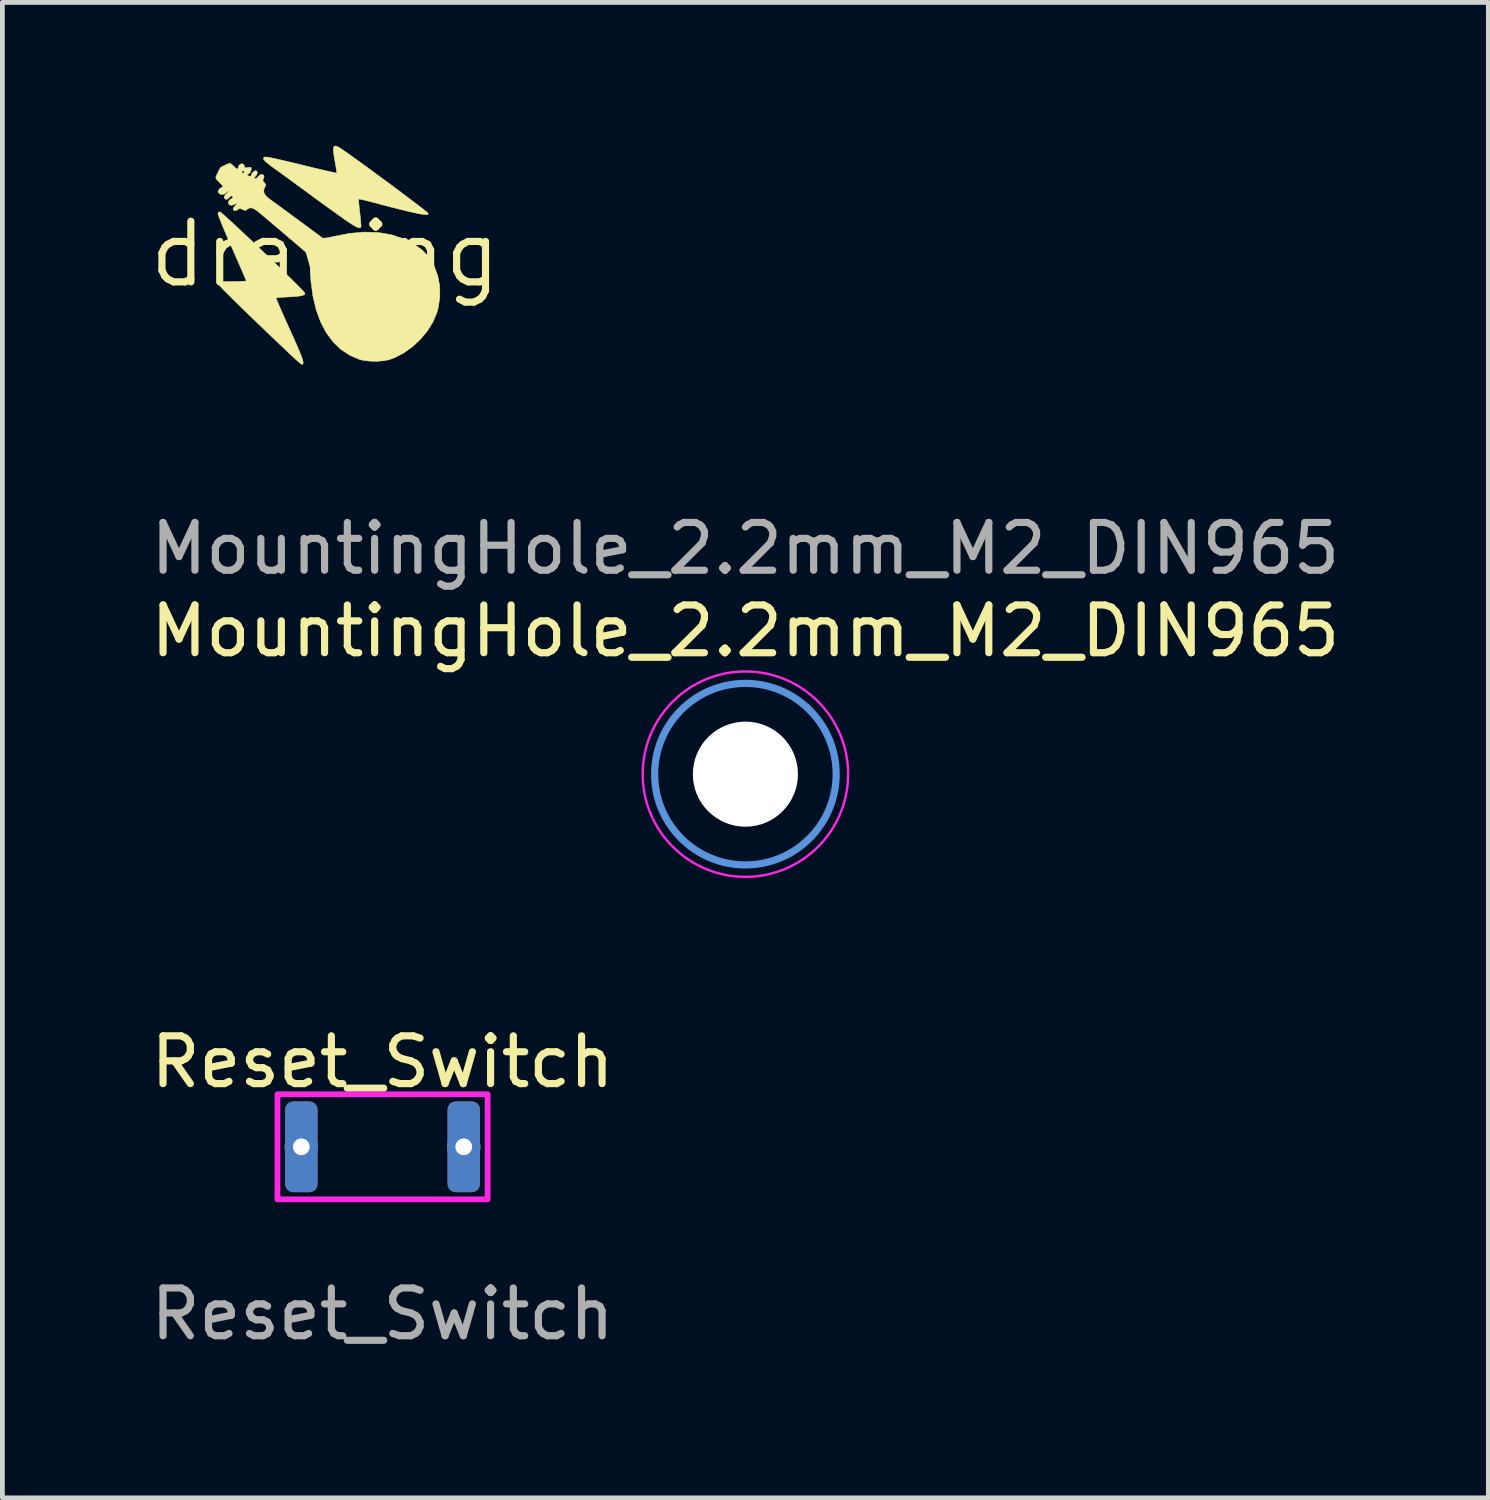
<source format=kicad_pcb>
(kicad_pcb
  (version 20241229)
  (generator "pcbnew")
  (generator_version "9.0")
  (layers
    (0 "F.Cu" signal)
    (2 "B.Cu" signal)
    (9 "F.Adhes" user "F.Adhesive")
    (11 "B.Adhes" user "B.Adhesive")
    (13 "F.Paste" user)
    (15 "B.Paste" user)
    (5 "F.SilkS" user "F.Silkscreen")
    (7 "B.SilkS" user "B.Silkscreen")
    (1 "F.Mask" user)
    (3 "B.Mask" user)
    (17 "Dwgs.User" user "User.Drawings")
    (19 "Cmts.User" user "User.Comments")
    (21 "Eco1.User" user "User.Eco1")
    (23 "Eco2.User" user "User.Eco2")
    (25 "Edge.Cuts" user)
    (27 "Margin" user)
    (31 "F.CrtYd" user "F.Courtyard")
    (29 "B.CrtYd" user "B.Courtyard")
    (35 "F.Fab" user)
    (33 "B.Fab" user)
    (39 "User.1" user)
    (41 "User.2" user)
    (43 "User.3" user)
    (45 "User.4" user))
  (footprint "Reset_Switch"
    (layer "F.Cu")
    (at 4.958 20.957)
    (property "Reference" "Reset_Switch" (at 0 -1.778 0) (unlocked yes) (layer "F.SilkS") (effects (font (size 1 1) (thickness 0.15))))
    (attr smd)
    (fp_rect (start -2.2 -1.1) (end 2.2 1.1) (stroke (width 0.12) (type default)) (fill no) (layer "F.CrtYd"))
    (fp_rect (start -2.2 -1.1) (end 2.2 1.1) (stroke (width 0.1) (type default)) (fill no) (layer "User.2"))
    (fp_circle (center 0 0) (end 0.5 0) (stroke (width 0.1) (type default)) (fill no) (layer "User.4"))
    (fp_text user "${REFERENCE}" (at 0 3.5 0) (unlocked yes) (layer "F.Fab") (effects (font (size 1 1) (thickness 0.15))))
    (pad "1" smd roundrect (at -1.7 0) (size 0.68 1.9) (layers "F.Cu" "F.Mask" "F.Paste") (roundrect_rratio 0.25))
    (pad "1" smd roundrect (at -1.7 0) (size 0.68 1.9) (layers "B.Cu" "B.Mask" "B.Paste") (roundrect_rratio 0.25))
    (pad "1" thru_hole circle (at -1.7 0) (size 0.7 0.7) (drill 0.35) (layers "*.Cu" "*.Mask"))
    (pad "2" smd roundrect (at 1.7 0) (size 0.68 1.9) (layers "F.Cu" "F.Mask" "F.Paste") (roundrect_rratio 0.25))
    (pad "2" smd roundrect (at 1.7 0) (size 0.68 1.9) (layers "B.Cu" "B.Mask" "B.Paste") (roundrect_rratio 0.25))
    (pad "2" thru_hole circle (at 1.7 0) (size 0.7 0.7) (drill 0.35) (layers "*.Cu" "*.Mask")))
  (footprint "MountingHole_2.2mm_M2_DIN965"
    (layer "F.Cu")
    (at 12.554 13.156)
    (property "Reference" "MountingHole_2.2mm_M2_DIN965" (at 0 -2.997 0) (layer "F.SilkS") (effects (font (size 1 1) (thickness 0.15))))
    (attr exclude_from_pos_files exclude_from_bom)
    (fp_circle (center 0 0) (end 1.9 0) (stroke (width 0.15) (type solid)) (fill no) (layer "Cmts.User"))
    (fp_circle (center 0 0) (end 2.15 0) (stroke (width 0.05) (type solid)) (fill no) (layer "F.CrtYd"))
    (fp_circle (center 0 0) (end 0.9 0) (stroke (width 0.1) (type default)) (fill no) (layer "User.3"))
    (fp_circle (center 0 0) (end 1.1 0) (stroke (width 0.1) (type default)) (fill no) (layer "User.4"))
    (fp_text user "${REFERENCE}" (at 0 -4.724 0) (layer "F.Fab") (effects (font (size 1 1) (thickness 0.15))))
    (pad "" np_thru_hole circle (at 0 0) (size 2.2 2.2) (drill 2.2) (layers "*.Cu" "*.Mask")))
  (footprint "drawing"
    (layer "F.Cu")
    (at 3.757 2.271)
    (property "Reference" "drawing" (at 0 0 0) (layer "F.SilkS") (effects (font (size 1.27 1.27) (thickness 0.15))))
    (attr through_hole)
    (fp_poly (pts (xy -2.18 -0.87) (xy -2.13 -0.828) (xy -2.057 -0.763) (xy -1.964 -0.678) (xy -1.855 -0.576) (xy -1.731 -0.461) (xy -1.598 -0.336) (xy -1.458 -0.203) (xy -1.315 -0.067) (xy -1.172 0.071) (xy -1.032 0.205) (xy -0.899 0.335) (xy -0.776 0.455) (xy -0.665 0.564) (xy -0.572 0.657) (xy -0.499 0.732) (xy -0.448 0.785) (xy -0.425 0.814) (xy -0.423 0.817) (xy -0.432 0.842) (xy -0.463 0.86) (xy -0.52 0.874) (xy -0.609 0.885) (xy -0.734 0.893) (xy -0.769 0.895) (xy -0.868 0.9) (xy -0.949 0.906) (xy -1.006 0.911) (xy -1.029 0.916) (xy -1.022 0.936) (xy -1 0.991) (xy -0.964 1.075) (xy -0.917 1.184) (xy -0.859 1.314) (xy -0.794 1.459) (xy -0.741 1.577) (xy -0.655 1.767) (xy -0.586 1.922) (xy -0.534 2.046) (xy -0.496 2.141) (xy -0.473 2.211) (xy -0.462 2.259) (xy -0.462 2.289) (xy -0.474 2.304) (xy -0.489 2.307) (xy -0.51 2.293) (xy -0.556 2.255) (xy -0.622 2.197) (xy -0.7 2.125) (xy -0.749 2.08) (xy -0.972 1.867) (xy -1.184 1.666) (xy -1.38 1.477) (xy -1.561 1.303) (xy -1.723 1.146) (xy -1.866 1.007) (xy -1.986 0.888) (xy -2.083 0.791) (xy -2.155 0.718) (xy -2.199 0.671) (xy -2.213 0.651) (xy -2.219 0.62) (xy -2.21 0.599) (xy -2.179 0.584) (xy -2.123 0.576) (xy -2.034 0.572) (xy -1.925 0.572) (xy -1.823 0.571) (xy -1.738 0.568) (xy -1.678 0.564) (xy -1.652 0.559) (xy -1.651 0.558) (xy -1.659 0.537) (xy -1.683 0.481) (xy -1.72 0.395) (xy -1.768 0.284) (xy -1.825 0.153) (xy -1.89 0.006) (xy -1.947 -0.125) (xy -2.017 -0.284) (xy -2.081 -0.432) (xy -2.137 -0.565) (xy -2.183 -0.678) (xy -2.218 -0.765) (xy -2.238 -0.822) (xy -2.244 -0.843) (xy -2.234 -0.88) (xy -2.203 -0.885) (xy -2.18 -0.87)) (stroke (width 0.01) (type solid)) (fill yes) (layer "F.SilkS"))
    (fp_poly (pts (xy 0.25 -2.256) (xy 0.282 -2.24) (xy 0.32 -2.216) (xy 0.387 -2.171) (xy 0.477 -2.108) (xy 0.588 -2.029) (xy 0.715 -1.937) (xy 0.855 -1.836) (xy 1.004 -1.727) (xy 1.158 -1.613) (xy 1.314 -1.499) (xy 1.467 -1.385) (xy 1.614 -1.275) (xy 1.751 -1.172) (xy 1.874 -1.079) (xy 1.98 -0.998) (xy 2.065 -0.932) (xy 2.125 -0.884) (xy 2.156 -0.857) (xy 2.159 -0.853) (xy 2.152 -0.834) (xy 2.125 -0.827) (xy 2.067 -0.831) (xy 2.048 -0.833) (xy 1.98 -0.844) (xy 1.877 -0.866) (xy 1.742 -0.896) (xy 1.581 -0.935) (xy 1.398 -0.981) (xy 1.199 -1.033) (xy 0.988 -1.089) (xy 0.986 -1.089) (xy 0.884 -1.116) (xy 0.798 -1.137) (xy 0.735 -1.15) (xy 0.704 -1.154) (xy 0.702 -1.153) (xy 0.7 -1.129) (xy 0.704 -1.072) (xy 0.712 -0.989) (xy 0.723 -0.888) (xy 0.726 -0.865) (xy 0.738 -0.76) (xy 0.746 -0.671) (xy 0.751 -0.605) (xy 0.75 -0.571) (xy 0.749 -0.568) (xy 0.729 -0.553) (xy 0.694 -0.555) (xy 0.641 -0.578) (xy 0.565 -0.622) (xy 0.462 -0.69) (xy 0.401 -0.733) (xy 0.313 -0.795) (xy 0.199 -0.877) (xy 0.066 -0.973) (xy -0.078 -1.077) (xy -0.226 -1.185) (xy -0.369 -1.29) (xy -0.51 -1.393) (xy -0.651 -1.496) (xy -0.785 -1.594) (xy -0.906 -1.682) (xy -1.007 -1.755) (xy -1.081 -1.808) (xy -1.084 -1.811) (xy -1.174 -1.878) (xy -1.242 -1.935) (xy -1.282 -1.977) (xy -1.29 -1.995) (xy -1.29 -2.011) (xy -1.286 -2.024) (xy -1.275 -2.032) (xy -1.253 -2.035) (xy -1.215 -2.032) (xy -1.159 -2.023) (xy -1.081 -2.007) (xy -0.977 -1.984) (xy -0.843 -1.953) (xy -0.676 -1.913) (xy -0.471 -1.863) (xy -0.458 -1.86) (xy -0.293 -1.82) (xy -0.142 -1.784) (xy -0.009 -1.753) (xy 0.101 -1.728) (xy 0.182 -1.71) (xy 0.231 -1.699) (xy 0.244 -1.698) (xy 0.242 -1.72) (xy 0.234 -1.774) (xy 0.221 -1.852) (xy 0.21 -1.916) (xy 0.186 -2.052) (xy 0.174 -2.152) (xy 0.173 -2.218) (xy 0.185 -2.255) (xy 0.21 -2.266) (xy 0.25 -2.256)) (stroke (width 0.01) (type solid)) (fill yes) (layer "F.SilkS"))
    (fp_poly (pts (xy -1.953 -1.877) (xy -1.92 -1.846) (xy -1.867 -1.798) (xy -1.836 -1.781) (xy -1.823 -1.794) (xy -1.82 -1.82) (xy -1.802 -1.863) (xy -1.761 -1.89) (xy -1.72 -1.89) (xy -1.697 -1.863) (xy -1.693 -1.841) (xy -1.687 -1.816) (xy -1.66 -1.809) (xy -1.618 -1.814) (xy -1.568 -1.82) (xy -1.548 -1.81) (xy -1.548 -1.776) (xy -1.549 -1.766) (xy -1.573 -1.706) (xy -1.605 -1.681) (xy -1.636 -1.661) (xy -1.631 -1.649) (xy -1.619 -1.643) (xy -1.569 -1.631) (xy -1.547 -1.645) (xy -1.545 -1.658) (xy -1.531 -1.694) (xy -1.497 -1.729) (xy -1.461 -1.748) (xy -1.441 -1.747) (xy -1.419 -1.713) (xy -1.432 -1.666) (xy -1.459 -1.631) (xy -1.486 -1.601) (xy -1.482 -1.588) (xy -1.464 -1.583) (xy -1.428 -1.594) (xy -1.407 -1.619) (xy -1.371 -1.657) (xy -1.324 -1.67) (xy -1.287 -1.655) (xy -1.279 -1.619) (xy -1.291 -1.587) (xy -1.305 -1.547) (xy -1.288 -1.513) (xy -1.274 -1.498) (xy -1.247 -1.465) (xy -1.247 -1.435) (xy -1.265 -1.399) (xy -1.288 -1.332) (xy -1.275 -1.269) (xy -1.224 -1.204) (xy -1.159 -1.151) (xy -1.081 -1.094) (xy -0.975 -1.016) (xy -0.847 -0.923) (xy -0.705 -0.818) (xy -0.553 -0.706) (xy -0.399 -0.593) (xy -0.318 -0.532) (xy -0.229 -0.467) (xy -0.151 -0.409) (xy -0.092 -0.366) (xy -0.058 -0.34) (xy -0.053 -0.337) (xy -0.024 -0.335) (xy 0.035 -0.342) (xy 0.116 -0.357) (xy 0.173 -0.37) (xy 0.505 -0.435) (xy 0.816 -0.463) (xy 1.107 -0.454) (xy 1.377 -0.409) (xy 1.625 -0.328) (xy 1.724 -0.282) (xy 1.897 -0.185) (xy 2.034 -0.083) (xy 2.142 0.028) (xy 2.16 0.051) (xy 2.276 0.239) (xy 2.355 0.445) (xy 2.397 0.664) (xy 2.401 0.891) (xy 2.367 1.121) (xy 2.337 1.228) (xy 2.257 1.418) (xy 2.142 1.604) (xy 1.997 1.778) (xy 1.831 1.934) (xy 1.649 2.065) (xy 1.458 2.165) (xy 1.335 2.21) (xy 1.22 2.232) (xy 1.083 2.242) (xy 0.94 2.239) (xy 0.807 2.224) (xy 0.72 2.204) (xy 0.512 2.115) (xy 0.326 1.991) (xy 0.162 1.832) (xy 0.021 1.64) (xy -0.096 1.417) (xy -0.189 1.162) (xy -0.256 0.879) (xy -0.298 0.567) (xy -0.311 0.368) (xy -0.324 0.026) (xy -0.841 -0.416) (xy -0.97 -0.526) (xy -1.093 -0.63) (xy -1.204 -0.724) (xy -1.299 -0.804) (xy -1.372 -0.865) (xy -1.421 -0.905) (xy -1.434 -0.915) (xy -1.511 -0.962) (xy -1.574 -0.97) (xy -1.629 -0.943) (xy -1.632 -0.94) (xy -1.663 -0.919) (xy -1.694 -0.92) (xy -1.734 -0.938) (xy -1.78 -0.957) (xy -1.807 -0.954) (xy -1.822 -0.94) (xy -1.858 -0.916) (xy -1.898 -0.912) (xy -1.923 -0.93) (xy -1.926 -0.942) (xy -1.912 -0.979) (xy -1.884 -1.016) (xy -1.849 -1.055) (xy -1.846 -1.07) (xy -1.875 -1.058) (xy -1.893 -1.046) (xy -1.95 -1.024) (xy -1.997 -1.029) (xy -2.025 -1.058) (xy -2.028 -1.087) (xy -2.005 -1.13) (xy -1.974 -1.153) (xy -1.933 -1.179) (xy -1.933 -1.205) (xy -1.95 -1.219) (xy -1.979 -1.215) (xy -2.011 -1.185) (xy -2.052 -1.15) (xy -2.082 -1.15) (xy -2.113 -1.177) (xy -2.107 -1.218) (xy -2.067 -1.264) (xy -2.064 -1.266) (xy -2.032 -1.298) (xy -2.025 -1.319) (xy -2.026 -1.32) (xy -2.046 -1.315) (xy -2.068 -1.291) (xy -2.109 -1.258) (xy -2.16 -1.249) (xy -2.207 -1.261) (xy -2.237 -1.292) (xy -2.24 -1.325) (xy -2.216 -1.365) (xy -2.185 -1.386) (xy -2.149 -1.406) (xy -2.138 -1.419) (xy -2.152 -1.439) (xy -2.188 -1.478) (xy -2.22 -1.511) (xy -2.267 -1.559) (xy -2.288 -1.592) (xy -2.287 -1.62) (xy -2.275 -1.648) (xy -2.245 -1.711) (xy -2.239 -1.723) (xy -1.746 -1.723) (xy -1.745 -1.712) (xy -1.718 -1.694) (xy -1.696 -1.708) (xy -1.693 -1.724) (xy -1.707 -1.746) (xy -1.725 -1.743) (xy -1.746 -1.723) (xy -2.239 -1.723) (xy -2.22 -1.765) (xy -2.19 -1.811) (xy -2.159 -1.836) (xy -2.119 -1.852) (xy -2.064 -1.877) (xy -2.059 -1.88) (xy -2.016 -1.899) (xy -1.986 -1.9) (xy -1.953 -1.877)) (stroke (width 0.01) (type solid)) (fill yes) (layer "F.SilkS")))
  (gr_rect
    (start -3 -3)
    (end 28.107 28.305)
    (stroke (width 0.1) (type default))
    (fill no)
    (layer "Edge.Cuts")))
</source>
